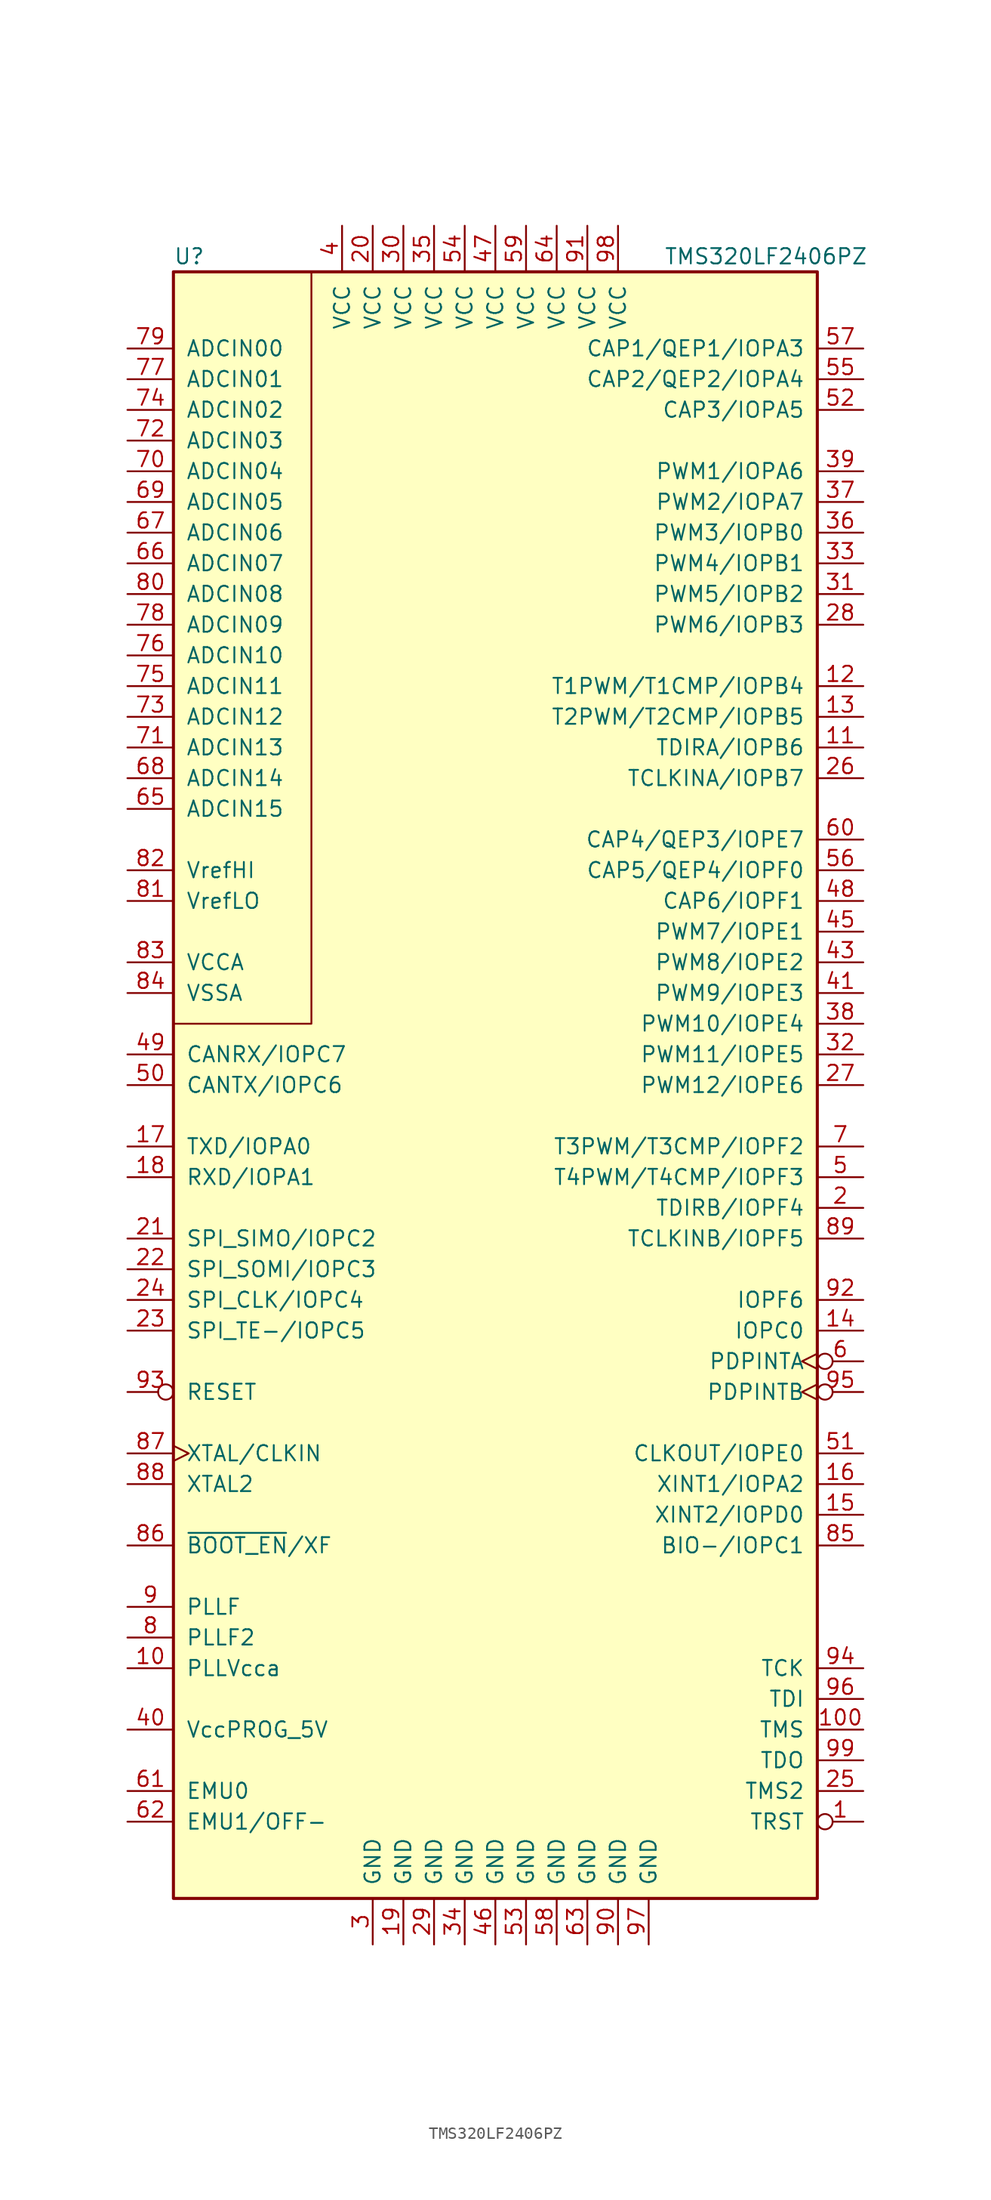
<source format=kicad_sym>
(kicad_symbol_lib
  (version 20241209)
  (generator "kicad_symbol_editor")
  (generator_version "9.0")
  (symbol "TMS320LF2406PZ"
    (pin_names
      (offset 1.016))
    (property "Reference" "U"
      (at -26.67 66.04 0)
      (effects (font (size 1.27 1.27)) (justify left)))
    (property "Value" "TMS320LF2406PZ"
      (at 13.97 66.04 0)
      (effects (font (size 1.27 1.27)) (justify left)))
    (symbol "TMS320LF2406PZ_0_1"
      (rectangle (start -26.67 64.77) (end 26.67 -69.85) (stroke (width 0.254) (type default)) (fill (type background)))
      (polyline (pts (xy -15.24 64.77) (xy -15.24 2.54) (xy -22.86 2.54) (xy -26.67 2.54)) (stroke (width 0) (type default)) (fill (type none))))
    (symbol "TMS320LF2406PZ_1_1"
      (pin input line (at -30.48 58.42 0) (length 3.81) (name "ADCIN00" (effects (font (size 1.27 1.27)))) (number "79" (effects (font (size 1.27 1.27)))))
      (pin input line (at -30.48 55.88 0) (length 3.81) (name "ADCIN01" (effects (font (size 1.27 1.27)))) (number "77" (effects (font (size 1.27 1.27)))))
      (pin input line (at -30.48 53.34 0) (length 3.81) (name "ADCIN02" (effects (font (size 1.27 1.27)))) (number "74" (effects (font (size 1.27 1.27)))))
      (pin input line (at -30.48 50.8 0) (length 3.81) (name "ADCIN03" (effects (font (size 1.27 1.27)))) (number "72" (effects (font (size 1.27 1.27)))))
      (pin input line (at -30.48 48.26 0) (length 3.81) (name "ADCIN04" (effects (font (size 1.27 1.27)))) (number "70" (effects (font (size 1.27 1.27)))))
      (pin input line (at -30.48 45.72 0) (length 3.81) (name "ADCIN05" (effects (font (size 1.27 1.27)))) (number "69" (effects (font (size 1.27 1.27)))))
      (pin input line (at -30.48 43.18 0) (length 3.81) (name "ADCIN06" (effects (font (size 1.27 1.27)))) (number "67" (effects (font (size 1.27 1.27)))))
      (pin input line (at -30.48 40.64 0) (length 3.81) (name "ADCIN07" (effects (font (size 1.27 1.27)))) (number "66" (effects (font (size 1.27 1.27)))))
      (pin input line (at -30.48 38.1 0) (length 3.81) (name "ADCIN08" (effects (font (size 1.27 1.27)))) (number "80" (effects (font (size 1.27 1.27)))))
      (pin input line (at -30.48 35.56 0) (length 3.81) (name "ADCIN09" (effects (font (size 1.27 1.27)))) (number "78" (effects (font (size 1.27 1.27)))))
      (pin input line (at -30.48 33.02 0) (length 3.81) (name "ADCIN10" (effects (font (size 1.27 1.27)))) (number "76" (effects (font (size 1.27 1.27)))))
      (pin input line (at -30.48 30.48 0) (length 3.81) (name "ADCIN11" (effects (font (size 1.27 1.27)))) (number "75" (effects (font (size 1.27 1.27)))))
      (pin input line (at -30.48 27.94 0) (length 3.81) (name "ADCIN12" (effects (font (size 1.27 1.27)))) (number "73" (effects (font (size 1.27 1.27)))))
      (pin input line (at -30.48 25.4 0) (length 3.81) (name "ADCIN13" (effects (font (size 1.27 1.27)))) (number "71" (effects (font (size 1.27 1.27)))))
      (pin input line (at -30.48 22.86 0) (length 3.81) (name "ADCIN14" (effects (font (size 1.27 1.27)))) (number "68" (effects (font (size 1.27 1.27)))))
      (pin input line (at -30.48 20.32 0) (length 3.81) (name "ADCIN15" (effects (font (size 1.27 1.27)))) (number "65" (effects (font (size 1.27 1.27)))))
      (pin passive line (at -30.48 15.24 0) (length 3.81) (name "VrefHI" (effects (font (size 1.27 1.27)))) (number "82" (effects (font (size 1.27 1.27)))))
      (pin passive line (at -30.48 12.7 0) (length 3.81) (name "VrefLO" (effects (font (size 1.27 1.27)))) (number "81" (effects (font (size 1.27 1.27)))))
      (pin power_in line (at -30.48 7.62 0) (length 3.81) (name "VCCA" (effects (font (size 1.27 1.27)))) (number "83" (effects (font (size 1.27 1.27)))))
      (pin power_in line (at -30.48 5.08 0) (length 3.81) (name "VSSA" (effects (font (size 1.27 1.27)))) (number "84" (effects (font (size 1.27 1.27)))))
      (pin bidirectional line (at -30.48 0 0) (length 3.81) (name "CANRX/IOPC7" (effects (font (size 1.27 1.27)))) (number "49" (effects (font (size 1.27 1.27)))))
      (pin bidirectional line (at -30.48 -2.54 0) (length 3.81) (name "CANTX/IOPC6" (effects (font (size 1.27 1.27)))) (number "50" (effects (font (size 1.27 1.27)))))
      (pin bidirectional line (at -30.48 -7.62 0) (length 3.81) (name "TXD/IOPA0" (effects (font (size 1.27 1.27)))) (number "17" (effects (font (size 1.27 1.27)))))
      (pin bidirectional line (at -30.48 -10.16 0) (length 3.81) (name "RXD/IOPA1" (effects (font (size 1.27 1.27)))) (number "18" (effects (font (size 1.27 1.27)))))
      (pin bidirectional line (at -30.48 -15.24 0) (length 3.81) (name "SPI_SIMO/IOPC2" (effects (font (size 1.27 1.27)))) (number "21" (effects (font (size 1.27 1.27)))))
      (pin bidirectional line (at -30.48 -17.78 0) (length 3.81) (name "SPI_SOMI/IOPC3" (effects (font (size 1.27 1.27)))) (number "22" (effects (font (size 1.27 1.27)))))
      (pin bidirectional line (at -30.48 -20.32 0) (length 3.81) (name "SPI_CLK/IOPC4" (effects (font (size 1.27 1.27)))) (number "24" (effects (font (size 1.27 1.27)))))
      (pin bidirectional line (at -30.48 -22.86 0) (length 3.81) (name "SPI_TE-/IOPC5" (effects (font (size 1.27 1.27)))) (number "23" (effects (font (size 1.27 1.27)))))
      (pin input inverted (at -30.48 -27.94 0) (length 3.81) (name "RESET" (effects (font (size 1.27 1.27)))) (number "93" (effects (font (size 1.27 1.27)))))
      (pin input clock (at -30.48 -33.02 0) (length 3.81) (name "XTAL/CLKIN" (effects (font (size 1.27 1.27)))) (number "87" (effects (font (size 1.27 1.27)))))
      (pin output line (at -30.48 -35.56 0) (length 3.81) (name "XTAL2" (effects (font (size 1.27 1.27)))) (number "88" (effects (font (size 1.27 1.27)))))
      (pin output line (at -30.48 -40.64 0) (length 3.81) (name "~{BOOT_EN}/XF" (effects (font (size 1.27 1.27)))) (number "86" (effects (font (size 1.27 1.27)))))
      (pin passive line (at -30.48 -45.72 0) (length 3.81) (name "PLLF" (effects (font (size 1.27 1.27)))) (number "9" (effects (font (size 1.27 1.27)))))
      (pin passive line (at -30.48 -48.26 0) (length 3.81) (name "PLLF2" (effects (font (size 1.27 1.27)))) (number "8" (effects (font (size 1.27 1.27)))))
      (pin passive line (at -30.48 -50.8 0) (length 3.81) (name "PLLVcca" (effects (font (size 1.27 1.27)))) (number "10" (effects (font (size 1.27 1.27)))))
      (pin passive line (at -30.48 -55.88 0) (length 3.81) (name "VccPROG_5V" (effects (font (size 1.27 1.27)))) (number "40" (effects (font (size 1.27 1.27)))))
      (pin bidirectional line (at -30.48 -60.96 0) (length 3.81) (name "EMU0" (effects (font (size 1.27 1.27)))) (number "61" (effects (font (size 1.27 1.27)))))
      (pin bidirectional line (at -30.48 -63.5 0) (length 3.81) (name "EMU1/OFF-" (effects (font (size 1.27 1.27)))) (number "62" (effects (font (size 1.27 1.27)))))
      (pin power_in line (at -12.7 68.58 270) (length 3.81) (name "VCC" (effects (font (size 1.27 1.27)))) (number "4" (effects (font (size 1.27 1.27)))))
      (pin power_in line (at -10.16 68.58 270) (length 3.81) (name "VCC" (effects (font (size 1.27 1.27)))) (number "20" (effects (font (size 1.27 1.27)))))
      (pin power_in line (at -10.16 -73.66 90) (length 3.81) (name "GND" (effects (font (size 1.27 1.27)))) (number "3" (effects (font (size 1.27 1.27)))))
      (pin power_in line (at -7.62 68.58 270) (length 3.81) (name "VCC" (effects (font (size 1.27 1.27)))) (number "30" (effects (font (size 1.27 1.27)))))
      (pin power_in line (at -7.62 -73.66 90) (length 3.81) (name "GND" (effects (font (size 1.27 1.27)))) (number "19" (effects (font (size 1.27 1.27)))))
      (pin power_in line (at -5.08 68.58 270) (length 3.81) (name "VCC" (effects (font (size 1.27 1.27)))) (number "35" (effects (font (size 1.27 1.27)))))
      (pin power_in line (at -5.08 -73.66 90) (length 3.81) (name "GND" (effects (font (size 1.27 1.27)))) (number "29" (effects (font (size 1.27 1.27)))))
      (pin power_in line (at -2.54 68.58 270) (length 3.81) (name "VCC" (effects (font (size 1.27 1.27)))) (number "54" (effects (font (size 1.27 1.27)))))
      (pin power_in line (at -2.54 -73.66 90) (length 3.81) (name "GND" (effects (font (size 1.27 1.27)))) (number "34" (effects (font (size 1.27 1.27)))))
      (pin power_in line (at 0 68.58 270) (length 3.81) (name "VCC" (effects (font (size 1.27 1.27)))) (number "47" (effects (font (size 1.27 1.27)))))
      (pin power_in line (at 0 -73.66 90) (length 3.81) (name "GND" (effects (font (size 1.27 1.27)))) (number "46" (effects (font (size 1.27 1.27)))))
      (pin power_in line (at 2.54 68.58 270) (length 3.81) (name "VCC" (effects (font (size 1.27 1.27)))) (number "59" (effects (font (size 1.27 1.27)))))
      (pin power_in line (at 2.54 -73.66 90) (length 3.81) (name "GND" (effects (font (size 1.27 1.27)))) (number "53" (effects (font (size 1.27 1.27)))))
      (pin power_in line (at 5.08 68.58 270) (length 3.81) (name "VCC" (effects (font (size 1.27 1.27)))) (number "64" (effects (font (size 1.27 1.27)))))
      (pin power_in line (at 5.08 -73.66 90) (length 3.81) (name "GND" (effects (font (size 1.27 1.27)))) (number "58" (effects (font (size 1.27 1.27)))))
      (pin power_in line (at 7.62 68.58 270) (length 3.81) (name "VCC" (effects (font (size 1.27 1.27)))) (number "91" (effects (font (size 1.27 1.27)))))
      (pin power_in line (at 7.62 -73.66 90) (length 3.81) (name "GND" (effects (font (size 1.27 1.27)))) (number "63" (effects (font (size 1.27 1.27)))))
      (pin power_in line (at 10.16 68.58 270) (length 3.81) (name "VCC" (effects (font (size 1.27 1.27)))) (number "98" (effects (font (size 1.27 1.27)))))
      (pin power_in line (at 10.16 -73.66 90) (length 3.81) (name "GND" (effects (font (size 1.27 1.27)))) (number "90" (effects (font (size 1.27 1.27)))))
      (pin power_in line (at 12.7 -73.66 90) (length 3.81) (name "GND" (effects (font (size 1.27 1.27)))) (number "97" (effects (font (size 1.27 1.27)))))
      (pin bidirectional line (at 30.48 58.42 180) (length 3.81) (name "CAP1/QEP1/IOPA3" (effects (font (size 1.27 1.27)))) (number "57" (effects (font (size 1.27 1.27)))))
      (pin bidirectional line (at 30.48 55.88 180) (length 3.81) (name "CAP2/QEP2/IOPA4" (effects (font (size 1.27 1.27)))) (number "55" (effects (font (size 1.27 1.27)))))
      (pin bidirectional line (at 30.48 53.34 180) (length 3.81) (name "CAP3/IOPA5" (effects (font (size 1.27 1.27)))) (number "52" (effects (font (size 1.27 1.27)))))
      (pin bidirectional line (at 30.48 48.26 180) (length 3.81) (name "PWM1/IOPA6" (effects (font (size 1.27 1.27)))) (number "39" (effects (font (size 1.27 1.27)))))
      (pin bidirectional line (at 30.48 45.72 180) (length 3.81) (name "PWM2/IOPA7" (effects (font (size 1.27 1.27)))) (number "37" (effects (font (size 1.27 1.27)))))
      (pin bidirectional line (at 30.48 43.18 180) (length 3.81) (name "PWM3/IOPB0" (effects (font (size 1.27 1.27)))) (number "36" (effects (font (size 1.27 1.27)))))
      (pin bidirectional line (at 30.48 40.64 180) (length 3.81) (name "PWM4/IOPB1" (effects (font (size 1.27 1.27)))) (number "33" (effects (font (size 1.27 1.27)))))
      (pin bidirectional line (at 30.48 38.1 180) (length 3.81) (name "PWM5/IOPB2" (effects (font (size 1.27 1.27)))) (number "31" (effects (font (size 1.27 1.27)))))
      (pin bidirectional line (at 30.48 35.56 180) (length 3.81) (name "PWM6/IOPB3" (effects (font (size 1.27 1.27)))) (number "28" (effects (font (size 1.27 1.27)))))
      (pin bidirectional line (at 30.48 30.48 180) (length 3.81) (name "T1PWM/T1CMP/IOPB4" (effects (font (size 1.27 1.27)))) (number "12" (effects (font (size 1.27 1.27)))))
      (pin bidirectional line (at 30.48 27.94 180) (length 3.81) (name "T2PWM/T2CMP/IOPB5" (effects (font (size 1.27 1.27)))) (number "13" (effects (font (size 1.27 1.27)))))
      (pin bidirectional line (at 30.48 25.4 180) (length 3.81) (name "TDIRA/IOPB6" (effects (font (size 1.27 1.27)))) (number "11" (effects (font (size 1.27 1.27)))))
      (pin passive line (at 30.48 22.86 180) (length 3.81) (name "TCLKINA/IOPB7" (effects (font (size 1.27 1.27)))) (number "26" (effects (font (size 1.27 1.27)))))
      (pin bidirectional line (at 30.48 17.78 180) (length 3.81) (name "CAP4/QEP3/IOPE7" (effects (font (size 1.27 1.27)))) (number "60" (effects (font (size 1.27 1.27)))))
      (pin passive line (at 30.48 15.24 180) (length 3.81) (name "CAP5/QEP4/IOPF0" (effects (font (size 1.27 1.27)))) (number "56" (effects (font (size 1.27 1.27)))))
      (pin bidirectional line (at 30.48 12.7 180) (length 3.81) (name "CAP6/IOPF1" (effects (font (size 1.27 1.27)))) (number "48" (effects (font (size 1.27 1.27)))))
      (pin bidirectional line (at 30.48 10.16 180) (length 3.81) (name "PWM7/IOPE1" (effects (font (size 1.27 1.27)))) (number "45" (effects (font (size 1.27 1.27)))))
      (pin bidirectional line (at 30.48 7.62 180) (length 3.81) (name "PWM8/IOPE2" (effects (font (size 1.27 1.27)))) (number "43" (effects (font (size 1.27 1.27)))))
      (pin bidirectional line (at 30.48 5.08 180) (length 3.81) (name "PWM9/IOPE3" (effects (font (size 1.27 1.27)))) (number "41" (effects (font (size 1.27 1.27)))))
      (pin bidirectional line (at 30.48 2.54 180) (length 3.81) (name "PWM10/IOPE4" (effects (font (size 1.27 1.27)))) (number "38" (effects (font (size 1.27 1.27)))))
      (pin bidirectional line (at 30.48 0 180) (length 3.81) (name "PWM11/IOPE5" (effects (font (size 1.27 1.27)))) (number "32" (effects (font (size 1.27 1.27)))))
      (pin bidirectional line (at 30.48 -2.54 180) (length 3.81) (name "PWM12/IOPE6" (effects (font (size 1.27 1.27)))) (number "27" (effects (font (size 1.27 1.27)))))
      (pin bidirectional line (at 30.48 -7.62 180) (length 3.81) (name "T3PWM/T3CMP/IOPF2" (effects (font (size 1.27 1.27)))) (number "7" (effects (font (size 1.27 1.27)))))
      (pin bidirectional line (at 30.48 -10.16 180) (length 3.81) (name "T4PWM/T4CMP/IOPF3" (effects (font (size 1.27 1.27)))) (number "5" (effects (font (size 1.27 1.27)))))
      (pin bidirectional line (at 30.48 -12.7 180) (length 3.81) (name "TDIRB/IOPF4" (effects (font (size 1.27 1.27)))) (number "2" (effects (font (size 1.27 1.27)))))
      (pin bidirectional line (at 30.48 -15.24 180) (length 3.81) (name "TCLKINB/IOPF5" (effects (font (size 1.27 1.27)))) (number "89" (effects (font (size 1.27 1.27)))))
      (pin bidirectional line (at 30.48 -20.32 180) (length 3.81) (name "IOPF6" (effects (font (size 1.27 1.27)))) (number "92" (effects (font (size 1.27 1.27)))))
      (pin bidirectional line (at 30.48 -22.86 180) (length 3.81) (name "IOPC0" (effects (font (size 1.27 1.27)))) (number "14" (effects (font (size 1.27 1.27)))))
      (pin input inverted_clock (at 30.48 -25.4 180) (length 3.81) (name "PDPINTA" (effects (font (size 1.27 1.27)))) (number "6" (effects (font (size 1.27 1.27)))))
      (pin input inverted_clock (at 30.48 -27.94 180) (length 3.81) (name "PDPINTB" (effects (font (size 1.27 1.27)))) (number "95" (effects (font (size 1.27 1.27)))))
      (pin bidirectional line (at 30.48 -33.02 180) (length 3.81) (name "CLKOUT/IOPE0" (effects (font (size 1.27 1.27)))) (number "51" (effects (font (size 1.27 1.27)))))
      (pin bidirectional line (at 30.48 -35.56 180) (length 3.81) (name "XINT1/IOPA2" (effects (font (size 1.27 1.27)))) (number "16" (effects (font (size 1.27 1.27)))))
      (pin bidirectional line (at 30.48 -38.1 180) (length 3.81) (name "XINT2/IOPD0" (effects (font (size 1.27 1.27)))) (number "15" (effects (font (size 1.27 1.27)))))
      (pin bidirectional line (at 30.48 -40.64 180) (length 3.81) (name "BIO-/IOPC1" (effects (font (size 1.27 1.27)))) (number "85" (effects (font (size 1.27 1.27)))))
      (pin input line (at 30.48 -50.8 180) (length 3.81) (name "TCK" (effects (font (size 1.27 1.27)))) (number "94" (effects (font (size 1.27 1.27)))))
      (pin input line (at 30.48 -53.34 180) (length 3.81) (name "TDI" (effects (font (size 1.27 1.27)))) (number "96" (effects (font (size 1.27 1.27)))))
      (pin input line (at 30.48 -55.88 180) (length 3.81) (name "TMS" (effects (font (size 1.27 1.27)))) (number "100" (effects (font (size 1.27 1.27)))))
      (pin output line (at 30.48 -58.42 180) (length 3.81) (name "TDO" (effects (font (size 1.27 1.27)))) (number "99" (effects (font (size 1.27 1.27)))))
      (pin input line (at 30.48 -60.96 180) (length 3.81) (name "TMS2" (effects (font (size 1.27 1.27)))) (number "25" (effects (font (size 1.27 1.27)))))
      (pin input inverted (at 30.48 -63.5 180) (length 3.81) (name "TRST" (effects (font (size 1.27 1.27)))) (number "1" (effects (font (size 1.27 1.27))))))))
</source>
